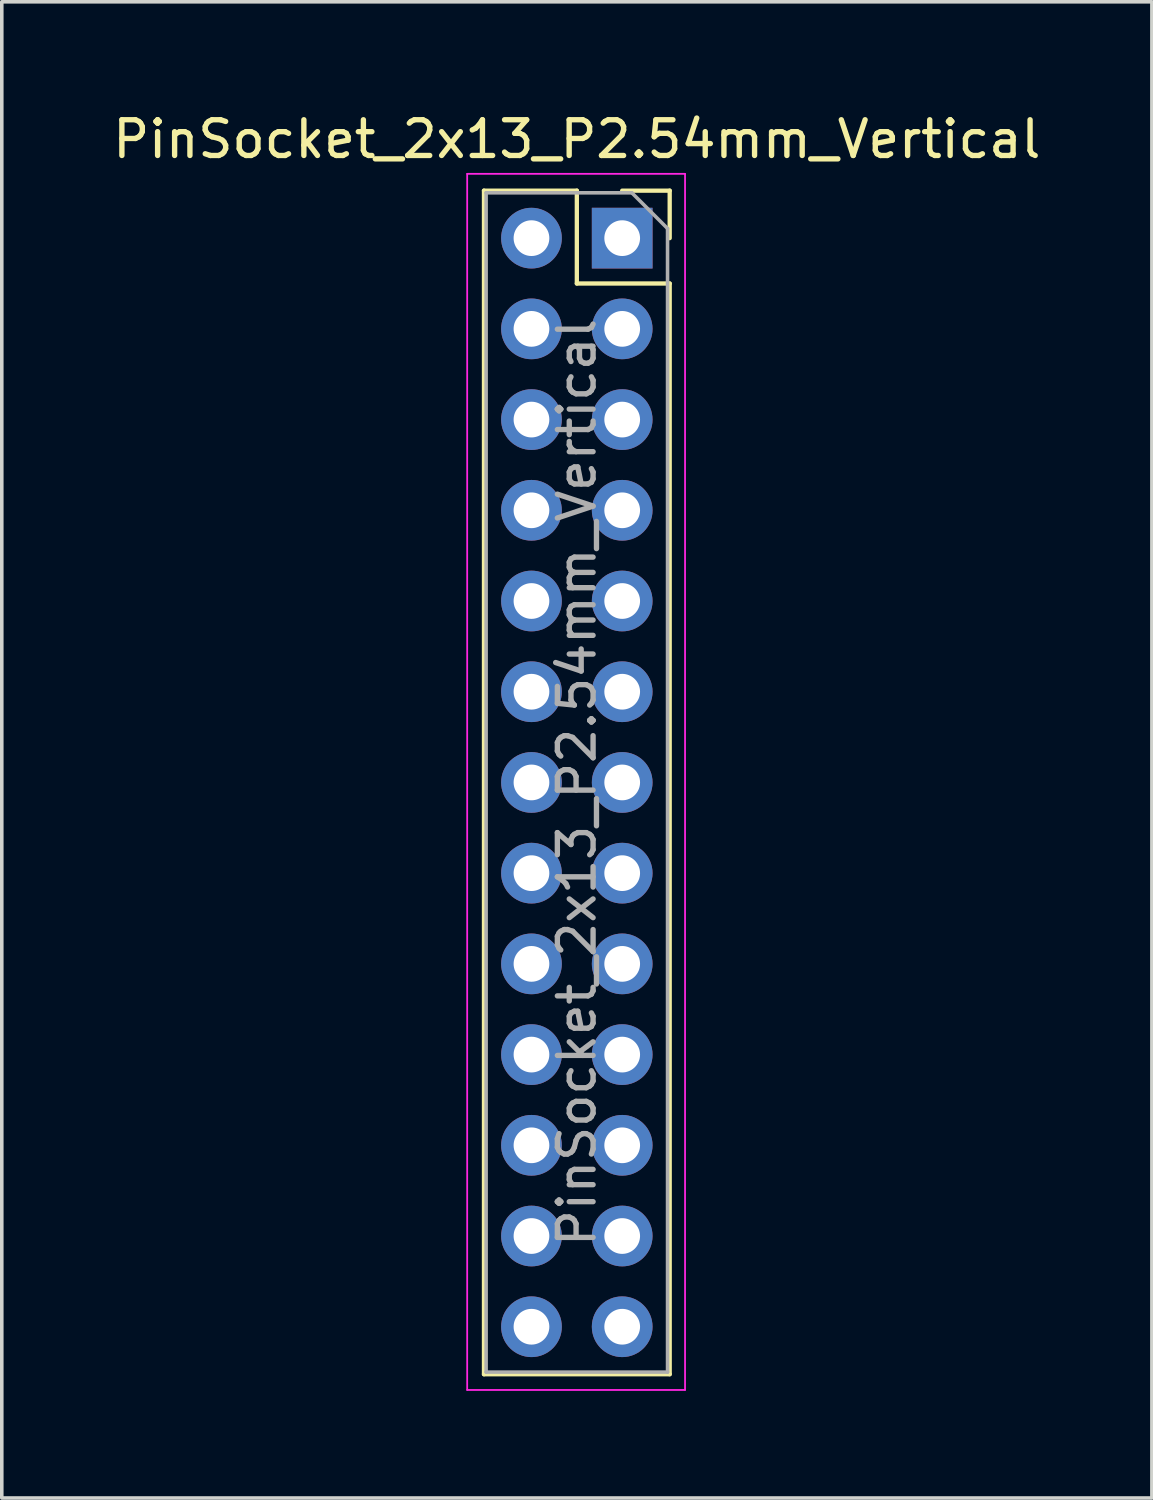
<source format=kicad_pcb>
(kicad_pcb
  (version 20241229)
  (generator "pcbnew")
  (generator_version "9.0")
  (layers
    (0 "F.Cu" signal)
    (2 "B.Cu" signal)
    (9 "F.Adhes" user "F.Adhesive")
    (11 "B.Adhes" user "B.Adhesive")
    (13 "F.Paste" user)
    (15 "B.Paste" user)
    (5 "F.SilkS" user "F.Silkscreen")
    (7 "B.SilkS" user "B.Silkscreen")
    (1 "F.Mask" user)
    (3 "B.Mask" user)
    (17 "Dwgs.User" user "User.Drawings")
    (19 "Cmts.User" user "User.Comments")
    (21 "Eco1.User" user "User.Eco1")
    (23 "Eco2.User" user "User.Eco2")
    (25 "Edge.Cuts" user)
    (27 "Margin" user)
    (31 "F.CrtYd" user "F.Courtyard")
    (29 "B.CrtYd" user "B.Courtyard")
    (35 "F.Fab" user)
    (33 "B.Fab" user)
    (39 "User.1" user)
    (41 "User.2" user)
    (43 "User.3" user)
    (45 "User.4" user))
  (footprint "PinSocket_2x13_P2.54mm_Vertical"
    (layer "F.Cu")
    (at 14.371 3.618)
    (property "Reference" "PinSocket_2x13_P2.54mm_Vertical" (at -1.27 -2.77 0) (layer "F.SilkS") (effects (font (size 1 1) (thickness 0.15))))
    (attr through_hole)
    (fp_line (start -3.87 -1.33) (end -3.87 31.81) (stroke (width 0.12) (type solid)) (layer "F.SilkS"))
    (fp_line (start -3.87 -1.33) (end -1.27 -1.33) (stroke (width 0.12) (type solid)) (layer "F.SilkS"))
    (fp_line (start -3.87 31.81) (end 1.33 31.81) (stroke (width 0.12) (type solid)) (layer "F.SilkS"))
    (fp_line (start -1.27 -1.33) (end -1.27 1.27) (stroke (width 0.12) (type solid)) (layer "F.SilkS"))
    (fp_line (start -1.27 1.27) (end 1.33 1.27) (stroke (width 0.12) (type solid)) (layer "F.SilkS"))
    (fp_line (start 0 -1.33) (end 1.33 -1.33) (stroke (width 0.12) (type solid)) (layer "F.SilkS"))
    (fp_line (start 1.33 -1.33) (end 1.33 0) (stroke (width 0.12) (type solid)) (layer "F.SilkS"))
    (fp_line (start 1.33 1.27) (end 1.33 31.81) (stroke (width 0.12) (type solid)) (layer "F.SilkS"))
    (fp_line (start -4.34 -1.8) (end 1.76 -1.8) (stroke (width 0.05) (type solid)) (layer "F.CrtYd"))
    (fp_line (start -4.34 32.25) (end -4.34 -1.8) (stroke (width 0.05) (type solid)) (layer "F.CrtYd"))
    (fp_line (start 1.76 -1.8) (end 1.76 32.25) (stroke (width 0.05) (type solid)) (layer "F.CrtYd"))
    (fp_line (start 1.76 32.25) (end -4.34 32.25) (stroke (width 0.05) (type solid)) (layer "F.CrtYd"))
    (fp_line (start -3.81 -1.27) (end 0.27 -1.27) (stroke (width 0.1) (type solid)) (layer "F.Fab"))
    (fp_line (start -3.81 31.75) (end -3.81 -1.27) (stroke (width 0.1) (type solid)) (layer "F.Fab"))
    (fp_line (start 0.27 -1.27) (end 1.27 -0.27) (stroke (width 0.1) (type solid)) (layer "F.Fab"))
    (fp_line (start 1.27 -0.27) (end 1.27 31.75) (stroke (width 0.1) (type solid)) (layer "F.Fab"))
    (fp_line (start 1.27 31.75) (end -3.81 31.75) (stroke (width 0.1) (type solid)) (layer "F.Fab"))
    (fp_text user "${REFERENCE}" (at -1.27 15.24 90) (layer "F.Fab") (effects (font (size 1 1) (thickness 0.15))))
    (pad "1" thru_hole rect (at 0 0) (size 1.7 1.7) (drill 1) (layers "*.Cu" "*.Mask"))
    (pad "2" thru_hole circle (at -2.54 0) (size 1.7 1.7) (drill 1) (layers "*.Cu" "*.Mask"))
    (pad "3" thru_hole circle (at 0 2.54) (size 1.7 1.7) (drill 1) (layers "*.Cu" "*.Mask"))
    (pad "4" thru_hole circle (at -2.54 2.54) (size 1.7 1.7) (drill 1) (layers "*.Cu" "*.Mask"))
    (pad "5" thru_hole circle (at 0 5.08) (size 1.7 1.7) (drill 1) (layers "*.Cu" "*.Mask"))
    (pad "6" thru_hole circle (at -2.54 5.08) (size 1.7 1.7) (drill 1) (layers "*.Cu" "*.Mask"))
    (pad "7" thru_hole circle (at 0 7.62) (size 1.7 1.7) (drill 1) (layers "*.Cu" "*.Mask"))
    (pad "8" thru_hole circle (at -2.54 7.62) (size 1.7 1.7) (drill 1) (layers "*.Cu" "*.Mask"))
    (pad "9" thru_hole circle (at 0 10.16) (size 1.7 1.7) (drill 1) (layers "*.Cu" "*.Mask"))
    (pad "10" thru_hole circle (at -2.54 10.16) (size 1.7 1.7) (drill 1) (layers "*.Cu" "*.Mask"))
    (pad "11" thru_hole circle (at 0 12.7) (size 1.7 1.7) (drill 1) (layers "*.Cu" "*.Mask"))
    (pad "12" thru_hole circle (at -2.54 12.7) (size 1.7 1.7) (drill 1) (layers "*.Cu" "*.Mask"))
    (pad "13" thru_hole circle (at 0 15.24) (size 1.7 1.7) (drill 1) (layers "*.Cu" "*.Mask"))
    (pad "14" thru_hole circle (at -2.54 15.24) (size 1.7 1.7) (drill 1) (layers "*.Cu" "*.Mask"))
    (pad "15" thru_hole circle (at 0 17.78) (size 1.7 1.7) (drill 1) (layers "*.Cu" "*.Mask"))
    (pad "16" thru_hole circle (at -2.54 17.78) (size 1.7 1.7) (drill 1) (layers "*.Cu" "*.Mask"))
    (pad "17" thru_hole circle (at 0 20.32) (size 1.7 1.7) (drill 1) (layers "*.Cu" "*.Mask"))
    (pad "18" thru_hole circle (at -2.54 20.32) (size 1.7 1.7) (drill 1) (layers "*.Cu" "*.Mask"))
    (pad "19" thru_hole circle (at 0 22.86) (size 1.7 1.7) (drill 1) (layers "*.Cu" "*.Mask"))
    (pad "20" thru_hole circle (at -2.54 22.86) (size 1.7 1.7) (drill 1) (layers "*.Cu" "*.Mask"))
    (pad "21" thru_hole circle (at 0 25.4) (size 1.7 1.7) (drill 1) (layers "*.Cu" "*.Mask"))
    (pad "22" thru_hole circle (at -2.54 25.4) (size 1.7 1.7) (drill 1) (layers "*.Cu" "*.Mask"))
    (pad "23" thru_hole circle (at 0 27.94) (size 1.7 1.7) (drill 1) (layers "*.Cu" "*.Mask"))
    (pad "24" thru_hole circle (at -2.54 27.94) (size 1.7 1.7) (drill 1) (layers "*.Cu" "*.Mask"))
    (pad "25" thru_hole circle (at 0 30.48) (size 1.7 1.7) (drill 1) (layers "*.Cu" "*.Mask"))
    (pad "26" thru_hole circle (at -2.54 30.48) (size 1.7 1.7) (drill 1) (layers "*.Cu" "*.Mask")))
  (gr_rect
    (start -3 -3)
    (end 29.202 38.893)
    (stroke (width 0.1) (type default))
    (fill no)
    (layer "Edge.Cuts")))
</source>
